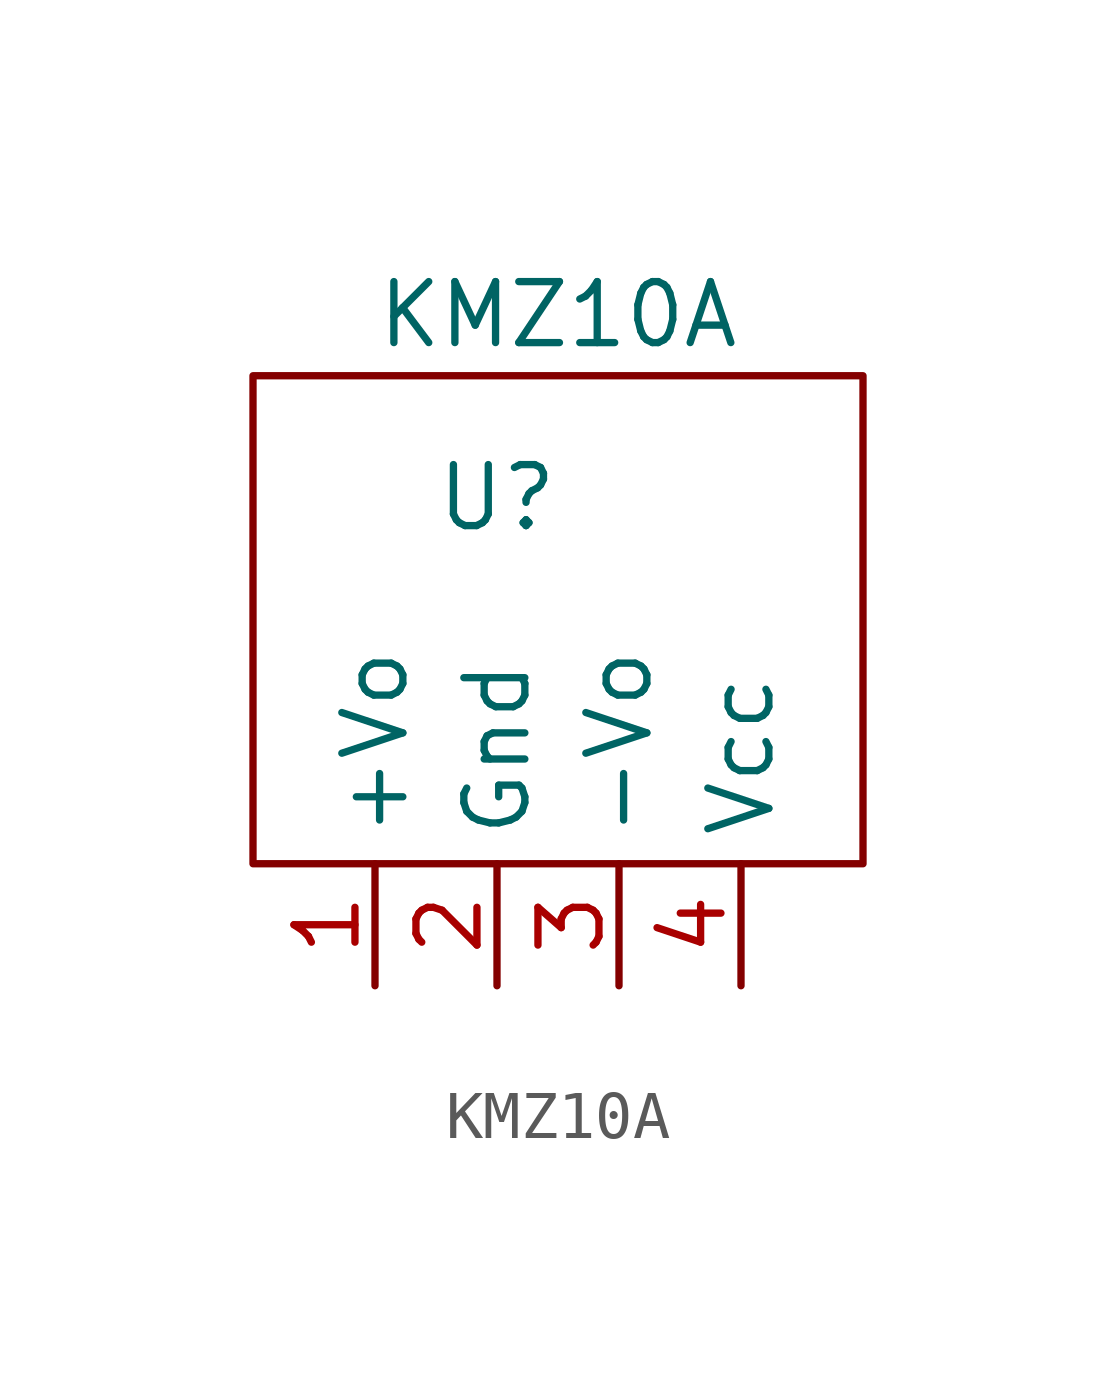
<source format=kicad_sym>
(kicad_symbol_lib
  (version 20211014)
  (generator kicad_symbol_editor)
  (symbol "KMZ10A"
    (property "Reference" "U"
      (at 2.54 0 0)
      (effects (font (size 1.27 1.27))))
    (property "Value" "KMZ10A"
      (at 3.81 3.81 0)
      (effects (font (size 1.27 1.27))))
    (symbol "KMZ10A_0_1"
      (rectangle (start -2.54 2.54) (end 10.16 -7.62) (stroke (width 0) (type default) (color 0 0 0 0)) (fill (type none))))
    (symbol "KMZ10A_1_1"
      (pin output line (at 0 -10.16 90) (length 2.54) (name "+Vo" (effects (font (size 1.27 1.27)))) (number "1" (effects (font (size 1.27 1.27)))))
      (pin power_in line (at 2.54 -10.16 90) (length 2.54) (name "Gnd" (effects (font (size 1.27 1.27)))) (number "2" (effects (font (size 1.27 1.27)))))
      (pin output line (at 5.08 -10.16 90) (length 2.54) (name "-Vo" (effects (font (size 1.27 1.27)))) (number "3" (effects (font (size 1.27 1.27)))))
      (pin power_in line (at 7.62 -10.16 90) (length 2.54) (name "Vcc" (effects (font (size 1.27 1.27)))) (number "4" (effects (font (size 1.27 1.27))))))))
</source>
